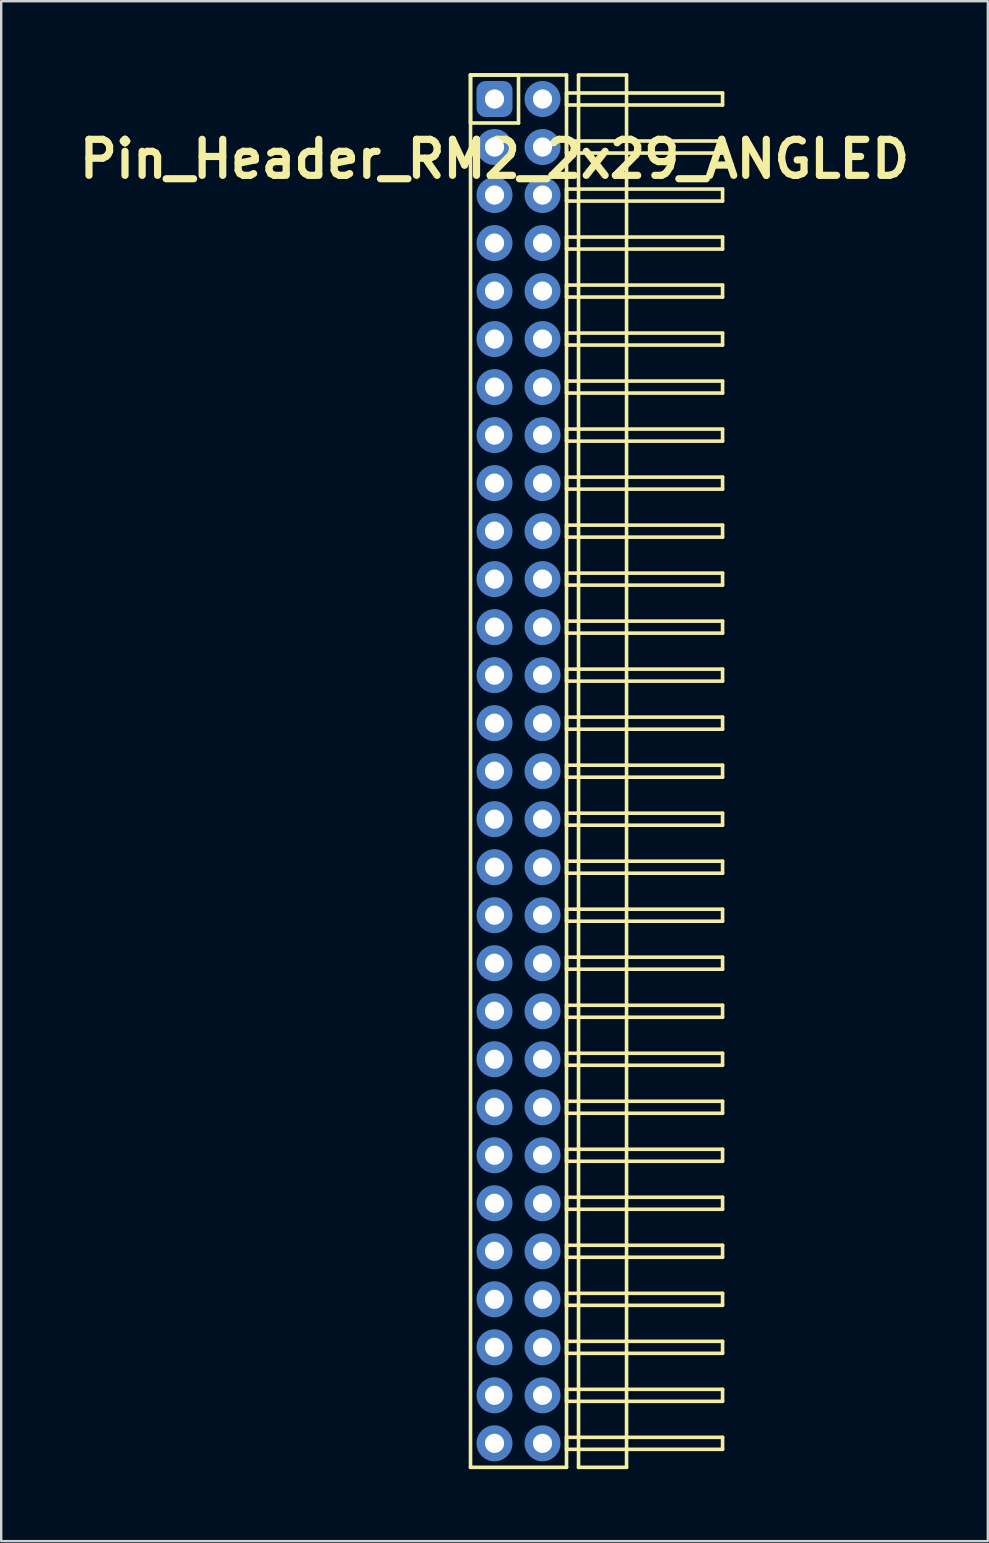
<source format=kicad_pcb>
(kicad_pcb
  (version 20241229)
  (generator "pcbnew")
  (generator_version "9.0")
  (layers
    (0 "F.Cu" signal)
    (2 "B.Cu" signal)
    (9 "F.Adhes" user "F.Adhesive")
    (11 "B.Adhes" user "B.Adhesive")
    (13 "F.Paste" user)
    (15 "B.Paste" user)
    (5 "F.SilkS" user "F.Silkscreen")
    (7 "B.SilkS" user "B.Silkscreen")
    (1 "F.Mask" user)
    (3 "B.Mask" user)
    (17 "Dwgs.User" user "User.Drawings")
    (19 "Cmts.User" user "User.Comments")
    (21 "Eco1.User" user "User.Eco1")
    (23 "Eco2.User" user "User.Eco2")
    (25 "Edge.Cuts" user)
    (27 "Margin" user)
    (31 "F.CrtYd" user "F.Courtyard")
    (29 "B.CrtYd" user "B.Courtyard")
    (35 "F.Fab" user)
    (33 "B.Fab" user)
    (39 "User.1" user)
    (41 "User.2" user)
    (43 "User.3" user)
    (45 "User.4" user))
  (footprint "Pin_Header_RM2_2x29_ANGLED"
    (layer "F.Cu")
    (at 17.55 1.075)
    (property "Reference" "Pin_Header_RM2_2x29_ANGLED" (at 0 2.5 0) (layer "F.SilkS") (effects (font (size 1.5 1.5) (thickness 0.3))))
    (attr through_hole)
    (fp_line (start -1 -1) (end 1 -1) (stroke (width 0.15) (type solid)) (layer "F.SilkS"))
    (fp_line (start -1 -1) (end 3 -1) (stroke (width 0.15) (type solid)) (layer "F.SilkS"))
    (fp_line (start -1 1) (end -1 -1) (stroke (width 0.15) (type solid)) (layer "F.SilkS"))
    (fp_line (start -1 57) (end -1 -1) (stroke (width 0.15) (type solid)) (layer "F.SilkS"))
    (fp_line (start 1 -1) (end 1 1) (stroke (width 0.15) (type solid)) (layer "F.SilkS"))
    (fp_line (start 1 1) (end -1 1) (stroke (width 0.15) (type solid)) (layer "F.SilkS"))
    (fp_line (start 3 -1) (end 3 57) (stroke (width 0.15) (type solid)) (layer "F.SilkS"))
    (fp_line (start 3 -0.25) (end 9.5 -0.25) (stroke (width 0.15) (type solid)) (layer "F.SilkS"))
    (fp_line (start 3 0.25) (end 3 -0.25) (stroke (width 0.15) (type solid)) (layer "F.SilkS"))
    (fp_line (start 3 1.75) (end 9.5 1.75) (stroke (width 0.15) (type solid)) (layer "F.SilkS"))
    (fp_line (start 3 2.25) (end 3 1.75) (stroke (width 0.15) (type solid)) (layer "F.SilkS"))
    (fp_line (start 3 3.75) (end 9.5 3.75) (stroke (width 0.15) (type solid)) (layer "F.SilkS"))
    (fp_line (start 3 4.25) (end 3 3.75) (stroke (width 0.15) (type solid)) (layer "F.SilkS"))
    (fp_line (start 3 5.75) (end 9.5 5.75) (stroke (width 0.15) (type solid)) (layer "F.SilkS"))
    (fp_line (start 3 6.25) (end 3 5.75) (stroke (width 0.15) (type solid)) (layer "F.SilkS"))
    (fp_line (start 3 7.75) (end 9.5 7.75) (stroke (width 0.15) (type solid)) (layer "F.SilkS"))
    (fp_line (start 3 8.25) (end 3 7.75) (stroke (width 0.15) (type solid)) (layer "F.SilkS"))
    (fp_line (start 3 9.75) (end 9.5 9.75) (stroke (width 0.15) (type solid)) (layer "F.SilkS"))
    (fp_line (start 3 10.25) (end 3 9.75) (stroke (width 0.15) (type solid)) (layer "F.SilkS"))
    (fp_line (start 3 11.75) (end 9.5 11.75) (stroke (width 0.15) (type solid)) (layer "F.SilkS"))
    (fp_line (start 3 12.25) (end 3 11.75) (stroke (width 0.15) (type solid)) (layer "F.SilkS"))
    (fp_line (start 3 13.75) (end 9.5 13.75) (stroke (width 0.15) (type solid)) (layer "F.SilkS"))
    (fp_line (start 3 14.25) (end 3 13.75) (stroke (width 0.15) (type solid)) (layer "F.SilkS"))
    (fp_line (start 3 15.75) (end 9.5 15.75) (stroke (width 0.15) (type solid)) (layer "F.SilkS"))
    (fp_line (start 3 16.25) (end 3 15.75) (stroke (width 0.15) (type solid)) (layer "F.SilkS"))
    (fp_line (start 3 17.75) (end 9.5 17.75) (stroke (width 0.15) (type solid)) (layer "F.SilkS"))
    (fp_line (start 3 18.25) (end 3 17.75) (stroke (width 0.15) (type solid)) (layer "F.SilkS"))
    (fp_line (start 3 19.75) (end 9.5 19.75) (stroke (width 0.15) (type solid)) (layer "F.SilkS"))
    (fp_line (start 3 20.25) (end 3 19.75) (stroke (width 0.15) (type solid)) (layer "F.SilkS"))
    (fp_line (start 3 21.75) (end 9.5 21.75) (stroke (width 0.15) (type solid)) (layer "F.SilkS"))
    (fp_line (start 3 22.25) (end 3 21.75) (stroke (width 0.15) (type solid)) (layer "F.SilkS"))
    (fp_line (start 3 23.75) (end 9.5 23.75) (stroke (width 0.15) (type solid)) (layer "F.SilkS"))
    (fp_line (start 3 24.25) (end 3 23.75) (stroke (width 0.15) (type solid)) (layer "F.SilkS"))
    (fp_line (start 3 25.75) (end 9.5 25.75) (stroke (width 0.15) (type solid)) (layer "F.SilkS"))
    (fp_line (start 3 26.25) (end 3 25.75) (stroke (width 0.15) (type solid)) (layer "F.SilkS"))
    (fp_line (start 3 27.75) (end 9.5 27.75) (stroke (width 0.15) (type solid)) (layer "F.SilkS"))
    (fp_line (start 3 28.25) (end 3 27.75) (stroke (width 0.15) (type solid)) (layer "F.SilkS"))
    (fp_line (start 3 29.75) (end 9.5 29.75) (stroke (width 0.15) (type solid)) (layer "F.SilkS"))
    (fp_line (start 3 30.25) (end 3 29.75) (stroke (width 0.15) (type solid)) (layer "F.SilkS"))
    (fp_line (start 3 31.75) (end 9.5 31.75) (stroke (width 0.15) (type solid)) (layer "F.SilkS"))
    (fp_line (start 3 32.25) (end 3 31.75) (stroke (width 0.15) (type solid)) (layer "F.SilkS"))
    (fp_line (start 3 33.75) (end 9.5 33.75) (stroke (width 0.15) (type solid)) (layer "F.SilkS"))
    (fp_line (start 3 34.25) (end 3 33.75) (stroke (width 0.15) (type solid)) (layer "F.SilkS"))
    (fp_line (start 3 35.75) (end 9.5 35.75) (stroke (width 0.15) (type solid)) (layer "F.SilkS"))
    (fp_line (start 3 36.25) (end 3 35.75) (stroke (width 0.15) (type solid)) (layer "F.SilkS"))
    (fp_line (start 3 37.75) (end 9.5 37.75) (stroke (width 0.15) (type solid)) (layer "F.SilkS"))
    (fp_line (start 3 38.25) (end 3 37.75) (stroke (width 0.15) (type solid)) (layer "F.SilkS"))
    (fp_line (start 3 39.75) (end 9.5 39.75) (stroke (width 0.15) (type solid)) (layer "F.SilkS"))
    (fp_line (start 3 40.25) (end 3 39.75) (stroke (width 0.15) (type solid)) (layer "F.SilkS"))
    (fp_line (start 3 41.75) (end 9.5 41.75) (stroke (width 0.15) (type solid)) (layer "F.SilkS"))
    (fp_line (start 3 42.25) (end 3 41.75) (stroke (width 0.15) (type solid)) (layer "F.SilkS"))
    (fp_line (start 3 43.75) (end 9.5 43.75) (stroke (width 0.15) (type solid)) (layer "F.SilkS"))
    (fp_line (start 3 44.25) (end 3 43.75) (stroke (width 0.15) (type solid)) (layer "F.SilkS"))
    (fp_line (start 3 45.75) (end 9.5 45.75) (stroke (width 0.15) (type solid)) (layer "F.SilkS"))
    (fp_line (start 3 46.25) (end 3 45.75) (stroke (width 0.15) (type solid)) (layer "F.SilkS"))
    (fp_line (start 3 47.75) (end 9.5 47.75) (stroke (width 0.15) (type solid)) (layer "F.SilkS"))
    (fp_line (start 3 48.25) (end 3 47.75) (stroke (width 0.15) (type solid)) (layer "F.SilkS"))
    (fp_line (start 3 49.75) (end 9.5 49.75) (stroke (width 0.15) (type solid)) (layer "F.SilkS"))
    (fp_line (start 3 50.25) (end 3 49.75) (stroke (width 0.15) (type solid)) (layer "F.SilkS"))
    (fp_line (start 3 51.75) (end 9.5 51.75) (stroke (width 0.15) (type solid)) (layer "F.SilkS"))
    (fp_line (start 3 52.25) (end 3 51.75) (stroke (width 0.15) (type solid)) (layer "F.SilkS"))
    (fp_line (start 3 53.75) (end 9.5 53.75) (stroke (width 0.15) (type solid)) (layer "F.SilkS"))
    (fp_line (start 3 54.25) (end 3 53.75) (stroke (width 0.15) (type solid)) (layer "F.SilkS"))
    (fp_line (start 3 55.75) (end 9.5 55.75) (stroke (width 0.15) (type solid)) (layer "F.SilkS"))
    (fp_line (start 3 56.25) (end 3 55.75) (stroke (width 0.15) (type solid)) (layer "F.SilkS"))
    (fp_line (start 3 57) (end -1 57) (stroke (width 0.15) (type solid)) (layer "F.SilkS"))
    (fp_line (start 3.5 -1) (end 5.5 -1) (stroke (width 0.15) (type solid)) (layer "F.SilkS"))
    (fp_line (start 3.5 57) (end 3.5 -1) (stroke (width 0.15) (type solid)) (layer "F.SilkS"))
    (fp_line (start 5.5 -1) (end 5.5 57) (stroke (width 0.15) (type solid)) (layer "F.SilkS"))
    (fp_line (start 5.5 57) (end 3.5 57) (stroke (width 0.15) (type solid)) (layer "F.SilkS"))
    (fp_line (start 9.5 -0.25) (end 9.5 0.25) (stroke (width 0.15) (type solid)) (layer "F.SilkS"))
    (fp_line (start 9.5 0.25) (end 3 0.25) (stroke (width 0.15) (type solid)) (layer "F.SilkS"))
    (fp_line (start 9.5 1.75) (end 9.5 2.25) (stroke (width 0.15) (type solid)) (layer "F.SilkS"))
    (fp_line (start 9.5 2.25) (end 3 2.25) (stroke (width 0.15) (type solid)) (layer "F.SilkS"))
    (fp_line (start 9.5 3.75) (end 9.5 4.25) (stroke (width 0.15) (type solid)) (layer "F.SilkS"))
    (fp_line (start 9.5 4.25) (end 3 4.25) (stroke (width 0.15) (type solid)) (layer "F.SilkS"))
    (fp_line (start 9.5 5.75) (end 9.5 6.25) (stroke (width 0.15) (type solid)) (layer "F.SilkS"))
    (fp_line (start 9.5 6.25) (end 3 6.25) (stroke (width 0.15) (type solid)) (layer "F.SilkS"))
    (fp_line (start 9.5 7.75) (end 9.5 8.25) (stroke (width 0.15) (type solid)) (layer "F.SilkS"))
    (fp_line (start 9.5 8.25) (end 3 8.25) (stroke (width 0.15) (type solid)) (layer "F.SilkS"))
    (fp_line (start 9.5 9.75) (end 9.5 10.25) (stroke (width 0.15) (type solid)) (layer "F.SilkS"))
    (fp_line (start 9.5 10.25) (end 3 10.25) (stroke (width 0.15) (type solid)) (layer "F.SilkS"))
    (fp_line (start 9.5 11.75) (end 9.5 12.25) (stroke (width 0.15) (type solid)) (layer "F.SilkS"))
    (fp_line (start 9.5 12.25) (end 3 12.25) (stroke (width 0.15) (type solid)) (layer "F.SilkS"))
    (fp_line (start 9.5 13.75) (end 9.5 14.25) (stroke (width 0.15) (type solid)) (layer "F.SilkS"))
    (fp_line (start 9.5 14.25) (end 3 14.25) (stroke (width 0.15) (type solid)) (layer "F.SilkS"))
    (fp_line (start 9.5 15.75) (end 9.5 16.25) (stroke (width 0.15) (type solid)) (layer "F.SilkS"))
    (fp_line (start 9.5 16.25) (end 3 16.25) (stroke (width 0.15) (type solid)) (layer "F.SilkS"))
    (fp_line (start 9.5 17.75) (end 9.5 18.25) (stroke (width 0.15) (type solid)) (layer "F.SilkS"))
    (fp_line (start 9.5 18.25) (end 3 18.25) (stroke (width 0.15) (type solid)) (layer "F.SilkS"))
    (fp_line (start 9.5 19.75) (end 9.5 20.25) (stroke (width 0.15) (type solid)) (layer "F.SilkS"))
    (fp_line (start 9.5 20.25) (end 3 20.25) (stroke (width 0.15) (type solid)) (layer "F.SilkS"))
    (fp_line (start 9.5 21.75) (end 9.5 22.25) (stroke (width 0.15) (type solid)) (layer "F.SilkS"))
    (fp_line (start 9.5 22.25) (end 3 22.25) (stroke (width 0.15) (type solid)) (layer "F.SilkS"))
    (fp_line (start 9.5 23.75) (end 9.5 24.25) (stroke (width 0.15) (type solid)) (layer "F.SilkS"))
    (fp_line (start 9.5 24.25) (end 3 24.25) (stroke (width 0.15) (type solid)) (layer "F.SilkS"))
    (fp_line (start 9.5 25.75) (end 9.5 26.25) (stroke (width 0.15) (type solid)) (layer "F.SilkS"))
    (fp_line (start 9.5 26.25) (end 3 26.25) (stroke (width 0.15) (type solid)) (layer "F.SilkS"))
    (fp_line (start 9.5 27.75) (end 9.5 28.25) (stroke (width 0.15) (type solid)) (layer "F.SilkS"))
    (fp_line (start 9.5 28.25) (end 3 28.25) (stroke (width 0.15) (type solid)) (layer "F.SilkS"))
    (fp_line (start 9.5 29.75) (end 9.5 30.25) (stroke (width 0.15) (type solid)) (layer "F.SilkS"))
    (fp_line (start 9.5 30.25) (end 3 30.25) (stroke (width 0.15) (type solid)) (layer "F.SilkS"))
    (fp_line (start 9.5 31.75) (end 9.5 32.25) (stroke (width 0.15) (type solid)) (layer "F.SilkS"))
    (fp_line (start 9.5 32.25) (end 3 32.25) (stroke (width 0.15) (type solid)) (layer "F.SilkS"))
    (fp_line (start 9.5 33.75) (end 9.5 34.25) (stroke (width 0.15) (type solid)) (layer "F.SilkS"))
    (fp_line (start 9.5 34.25) (end 3 34.25) (stroke (width 0.15) (type solid)) (layer "F.SilkS"))
    (fp_line (start 9.5 35.75) (end 9.5 36.25) (stroke (width 0.15) (type solid)) (layer "F.SilkS"))
    (fp_line (start 9.5 36.25) (end 3 36.25) (stroke (width 0.15) (type solid)) (layer "F.SilkS"))
    (fp_line (start 9.5 37.75) (end 9.5 38.25) (stroke (width 0.15) (type solid)) (layer "F.SilkS"))
    (fp_line (start 9.5 38.25) (end 3 38.25) (stroke (width 0.15) (type solid)) (layer "F.SilkS"))
    (fp_line (start 9.5 39.75) (end 9.5 40.25) (stroke (width 0.15) (type solid)) (layer "F.SilkS"))
    (fp_line (start 9.5 40.25) (end 3 40.25) (stroke (width 0.15) (type solid)) (layer "F.SilkS"))
    (fp_line (start 9.5 41.75) (end 9.5 42.25) (stroke (width 0.15) (type solid)) (layer "F.SilkS"))
    (fp_line (start 9.5 42.25) (end 3 42.25) (stroke (width 0.15) (type solid)) (layer "F.SilkS"))
    (fp_line (start 9.5 43.75) (end 9.5 44.25) (stroke (width 0.15) (type solid)) (layer "F.SilkS"))
    (fp_line (start 9.5 44.25) (end 3 44.25) (stroke (width 0.15) (type solid)) (layer "F.SilkS"))
    (fp_line (start 9.5 45.75) (end 9.5 46.25) (stroke (width 0.15) (type solid)) (layer "F.SilkS"))
    (fp_line (start 9.5 46.25) (end 3 46.25) (stroke (width 0.15) (type solid)) (layer "F.SilkS"))
    (fp_line (start 9.5 47.75) (end 9.5 48.25) (stroke (width 0.15) (type solid)) (layer "F.SilkS"))
    (fp_line (start 9.5 48.25) (end 3 48.25) (stroke (width 0.15) (type solid)) (layer "F.SilkS"))
    (fp_line (start 9.5 49.75) (end 9.5 50.25) (stroke (width 0.15) (type solid)) (layer "F.SilkS"))
    (fp_line (start 9.5 50.25) (end 3 50.25) (stroke (width 0.15) (type solid)) (layer "F.SilkS"))
    (fp_line (start 9.5 51.75) (end 9.5 52.25) (stroke (width 0.15) (type solid)) (layer "F.SilkS"))
    (fp_line (start 9.5 52.25) (end 3 52.25) (stroke (width 0.15) (type solid)) (layer "F.SilkS"))
    (fp_line (start 9.5 53.75) (end 9.5 54.25) (stroke (width 0.15) (type solid)) (layer "F.SilkS"))
    (fp_line (start 9.5 54.25) (end 3 54.25) (stroke (width 0.15) (type solid)) (layer "F.SilkS"))
    (fp_line (start 9.5 55.75) (end 9.5 56.25) (stroke (width 0.15) (type solid)) (layer "F.SilkS"))
    (fp_line (start 9.5 56.25) (end 3 56.25) (stroke (width 0.15) (type solid)) (layer "F.SilkS"))
    (pad "1" thru_hole circle (at 0 0) (size 1.1 1.1) (drill 0.8) (layers "*.Cu" "*.Mask"))
    (pad "1" smd roundrect (at 0 0) (size 1.25 1.25) (layers "F.Cu" "F.Mask") (roundrect_rratio 0.25))
    (pad "1" smd roundrect (at 0 0) (size 1.5 1.5) (layers "B.Cu" "B.Mask") (roundrect_rratio 0.25))
    (pad "2" thru_hole circle (at 2 0) (size 1.1 1.1) (drill 0.8) (layers "*.Cu" "*.Mask"))
    (pad "2" smd circle (at 2 0) (size 1.25 1.25) (layers "F.Cu" "F.Mask"))
    (pad "2" smd circle (at 2 0) (size 1.5 1.5) (layers "B.Cu" "B.Mask"))
    (pad "3" thru_hole circle (at 0 2) (size 1.1 1.1) (drill 0.8) (layers "*.Cu" "*.Mask"))
    (pad "3" smd circle (at 0 2) (size 1.25 1.25) (layers "F.Cu" "F.Mask"))
    (pad "3" smd circle (at 0 2) (size 1.5 1.5) (layers "B.Cu" "B.Mask"))
    (pad "4" thru_hole circle (at 2 2) (size 1.1 1.1) (drill 0.8) (layers "*.Cu" "*.Mask"))
    (pad "4" smd circle (at 2 2) (size 1.25 1.25) (layers "F.Cu" "F.Mask"))
    (pad "4" smd circle (at 2 2) (size 1.5 1.5) (layers "B.Cu" "B.Mask"))
    (pad "5" thru_hole circle (at 0 4) (size 1.1 1.1) (drill 0.8) (layers "*.Cu" "*.Mask"))
    (pad "5" smd circle (at 0 4) (size 1.25 1.25) (layers "F.Cu" "F.Mask"))
    (pad "5" smd circle (at 0 4) (size 1.5 1.5) (layers "B.Cu" "B.Mask"))
    (pad "6" thru_hole circle (at 2 4) (size 1.1 1.1) (drill 0.8) (layers "*.Cu" "*.Mask"))
    (pad "6" smd circle (at 2 4) (size 1.25 1.25) (layers "F.Cu" "F.Mask"))
    (pad "6" smd circle (at 2 4) (size 1.5 1.5) (layers "B.Cu" "B.Mask"))
    (pad "7" thru_hole circle (at 0 6) (size 1.1 1.1) (drill 0.8) (layers "*.Cu" "*.Mask"))
    (pad "7" smd circle (at 0 6) (size 1.25 1.25) (layers "F.Cu" "F.Mask"))
    (pad "7" smd circle (at 0 6) (size 1.5 1.5) (layers "B.Cu" "B.Mask"))
    (pad "8" thru_hole circle (at 2 6) (size 1.1 1.1) (drill 0.8) (layers "*.Cu" "*.Mask"))
    (pad "8" smd circle (at 2 6) (size 1.25 1.25) (layers "F.Cu" "F.Mask"))
    (pad "8" smd circle (at 2 6) (size 1.5 1.5) (layers "B.Cu" "B.Mask"))
    (pad "9" thru_hole circle (at 0 8) (size 1.1 1.1) (drill 0.8) (layers "*.Cu" "*.Mask"))
    (pad "9" smd circle (at 0 8) (size 1.25 1.25) (layers "F.Cu" "F.Mask"))
    (pad "9" smd circle (at 0 8) (size 1.5 1.5) (layers "B.Cu" "B.Mask"))
    (pad "10" thru_hole circle (at 2 8) (size 1.1 1.1) (drill 0.8) (layers "*.Cu" "*.Mask"))
    (pad "10" smd circle (at 2 8) (size 1.25 1.25) (layers "F.Cu" "F.Mask"))
    (pad "10" smd circle (at 2 8) (size 1.5 1.5) (layers "B.Cu" "B.Mask"))
    (pad "11" thru_hole circle (at 0 10) (size 1.1 1.1) (drill 0.8) (layers "*.Cu" "*.Mask"))
    (pad "11" smd circle (at 0 10) (size 1.25 1.25) (layers "F.Cu" "F.Mask"))
    (pad "11" smd circle (at 0 10) (size 1.5 1.5) (layers "B.Cu" "B.Mask"))
    (pad "12" thru_hole circle (at 2 10) (size 1.1 1.1) (drill 0.8) (layers "*.Cu" "*.Mask"))
    (pad "12" smd circle (at 2 10) (size 1.25 1.25) (layers "F.Cu" "F.Mask"))
    (pad "12" smd circle (at 2 10) (size 1.5 1.5) (layers "B.Cu" "B.Mask"))
    (pad "13" thru_hole circle (at 0 12) (size 1.1 1.1) (drill 0.8) (layers "*.Cu" "*.Mask"))
    (pad "13" smd circle (at 0 12) (size 1.25 1.25) (layers "F.Cu" "F.Mask"))
    (pad "13" smd circle (at 0 12) (size 1.5 1.5) (layers "B.Cu" "B.Mask"))
    (pad "14" thru_hole circle (at 2 12) (size 1.1 1.1) (drill 0.8) (layers "*.Cu" "*.Mask"))
    (pad "14" smd circle (at 2 12) (size 1.25 1.25) (layers "F.Cu" "F.Mask"))
    (pad "14" smd circle (at 2 12) (size 1.5 1.5) (layers "B.Cu" "B.Mask"))
    (pad "15" thru_hole circle (at 0 14) (size 1.1 1.1) (drill 0.8) (layers "*.Cu" "*.Mask"))
    (pad "15" smd circle (at 0 14) (size 1.25 1.25) (layers "F.Cu" "F.Mask"))
    (pad "15" smd circle (at 0 14) (size 1.5 1.5) (layers "B.Cu" "B.Mask"))
    (pad "16" thru_hole circle (at 2 14) (size 1.1 1.1) (drill 0.8) (layers "*.Cu" "*.Mask"))
    (pad "16" smd circle (at 2 14) (size 1.25 1.25) (layers "F.Cu" "F.Mask"))
    (pad "16" smd circle (at 2 14) (size 1.5 1.5) (layers "B.Cu" "B.Mask"))
    (pad "17" thru_hole circle (at 0 16) (size 1.1 1.1) (drill 0.8) (layers "*.Cu" "*.Mask"))
    (pad "17" smd circle (at 0 16) (size 1.25 1.25) (layers "F.Cu" "F.Mask"))
    (pad "17" smd circle (at 0 16) (size 1.5 1.5) (layers "B.Cu" "B.Mask"))
    (pad "18" thru_hole circle (at 2 16) (size 1.1 1.1) (drill 0.8) (layers "*.Cu" "*.Mask"))
    (pad "18" smd circle (at 2 16) (size 1.25 1.25) (layers "F.Cu" "F.Mask"))
    (pad "18" smd circle (at 2 16) (size 1.5 1.5) (layers "B.Cu" "B.Mask"))
    (pad "19" thru_hole circle (at 0 18) (size 1.1 1.1) (drill 0.8) (layers "*.Cu" "*.Mask"))
    (pad "19" smd circle (at 0 18) (size 1.25 1.25) (layers "F.Cu" "F.Mask"))
    (pad "19" smd circle (at 0 18) (size 1.5 1.5) (layers "B.Cu" "B.Mask"))
    (pad "20" thru_hole circle (at 2 18) (size 1.1 1.1) (drill 0.8) (layers "*.Cu" "*.Mask"))
    (pad "20" smd circle (at 2 18) (size 1.25 1.25) (layers "F.Cu" "F.Mask"))
    (pad "20" smd circle (at 2 18) (size 1.5 1.5) (layers "B.Cu" "B.Mask"))
    (pad "21" thru_hole circle (at 0 20) (size 1.1 1.1) (drill 0.8) (layers "*.Cu" "*.Mask"))
    (pad "21" smd circle (at 0 20) (size 1.25 1.25) (layers "F.Cu" "F.Mask"))
    (pad "21" smd circle (at 0 20) (size 1.5 1.5) (layers "B.Cu" "B.Mask"))
    (pad "22" thru_hole circle (at 2 20) (size 1.1 1.1) (drill 0.8) (layers "*.Cu" "*.Mask"))
    (pad "22" smd circle (at 2 20) (size 1.25 1.25) (layers "F.Cu" "F.Mask"))
    (pad "22" smd circle (at 2 20) (size 1.5 1.5) (layers "B.Cu" "B.Mask"))
    (pad "23" thru_hole circle (at 0 22) (size 1.1 1.1) (drill 0.8) (layers "*.Cu" "*.Mask"))
    (pad "23" smd circle (at 0 22) (size 1.25 1.25) (layers "F.Cu" "F.Mask"))
    (pad "23" smd circle (at 0 22) (size 1.5 1.5) (layers "B.Cu" "B.Mask"))
    (pad "24" thru_hole circle (at 2 22) (size 1.1 1.1) (drill 0.8) (layers "*.Cu" "*.Mask"))
    (pad "24" smd circle (at 2 22) (size 1.25 1.25) (layers "F.Cu" "F.Mask"))
    (pad "24" smd circle (at 2 22) (size 1.5 1.5) (layers "B.Cu" "B.Mask"))
    (pad "25" thru_hole circle (at 0 24) (size 1.1 1.1) (drill 0.8) (layers "*.Cu" "*.Mask"))
    (pad "25" smd circle (at 0 24) (size 1.25 1.25) (layers "F.Cu" "F.Mask"))
    (pad "25" smd circle (at 0 24) (size 1.5 1.5) (layers "B.Cu" "B.Mask"))
    (pad "26" thru_hole circle (at 2 24) (size 1.1 1.1) (drill 0.8) (layers "*.Cu" "*.Mask"))
    (pad "26" smd circle (at 2 24) (size 1.25 1.25) (layers "F.Cu" "F.Mask"))
    (pad "26" smd circle (at 2 24) (size 1.5 1.5) (layers "B.Cu" "B.Mask"))
    (pad "27" thru_hole circle (at 0 26) (size 1.1 1.1) (drill 0.8) (layers "*.Cu" "*.Mask"))
    (pad "27" smd circle (at 0 26) (size 1.25 1.25) (layers "F.Cu" "F.Mask"))
    (pad "27" smd circle (at 0 26) (size 1.5 1.5) (layers "B.Cu" "B.Mask"))
    (pad "28" thru_hole circle (at 2 26) (size 1.1 1.1) (drill 0.8) (layers "*.Cu" "*.Mask"))
    (pad "28" smd circle (at 2 26) (size 1.25 1.25) (layers "F.Cu" "F.Mask"))
    (pad "28" smd circle (at 2 26) (size 1.5 1.5) (layers "B.Cu" "B.Mask"))
    (pad "29" thru_hole circle (at 0 28) (size 1.1 1.1) (drill 0.8) (layers "*.Cu" "*.Mask"))
    (pad "29" smd circle (at 0 28) (size 1.25 1.25) (layers "F.Cu" "F.Mask"))
    (pad "29" smd circle (at 0 28) (size 1.5 1.5) (layers "B.Cu" "B.Mask"))
    (pad "30" thru_hole circle (at 2 28) (size 1.1 1.1) (drill 0.8) (layers "*.Cu" "*.Mask"))
    (pad "30" smd circle (at 2 28) (size 1.25 1.25) (layers "F.Cu" "F.Mask"))
    (pad "30" smd circle (at 2 28) (size 1.5 1.5) (layers "B.Cu" "B.Mask"))
    (pad "31" thru_hole circle (at 0 30) (size 1.1 1.1) (drill 0.8) (layers "*.Cu" "*.Mask"))
    (pad "31" smd circle (at 0 30) (size 1.25 1.25) (layers "F.Cu" "F.Mask"))
    (pad "31" smd circle (at 0 30) (size 1.5 1.5) (layers "B.Cu" "B.Mask"))
    (pad "32" thru_hole circle (at 2 30) (size 1.1 1.1) (drill 0.8) (layers "*.Cu" "*.Mask"))
    (pad "32" smd circle (at 2 30) (size 1.25 1.25) (layers "F.Cu" "F.Mask"))
    (pad "32" smd circle (at 2 30) (size 1.5 1.5) (layers "B.Cu" "B.Mask"))
    (pad "33" thru_hole circle (at 0 32) (size 1.1 1.1) (drill 0.8) (layers "*.Cu" "*.Mask"))
    (pad "33" smd circle (at 0 32) (size 1.25 1.25) (layers "F.Cu" "F.Mask"))
    (pad "33" smd circle (at 0 32) (size 1.5 1.5) (layers "B.Cu" "B.Mask"))
    (pad "34" thru_hole circle (at 2 32) (size 1.1 1.1) (drill 0.8) (layers "*.Cu" "*.Mask"))
    (pad "34" smd circle (at 2 32) (size 1.25 1.25) (layers "F.Cu" "F.Mask"))
    (pad "34" smd circle (at 2 32) (size 1.5 1.5) (layers "B.Cu" "B.Mask"))
    (pad "35" thru_hole circle (at 0 34) (size 1.1 1.1) (drill 0.8) (layers "*.Cu" "*.Mask"))
    (pad "35" smd circle (at 0 34) (size 1.25 1.25) (layers "F.Cu" "F.Mask"))
    (pad "35" smd circle (at 0 34) (size 1.5 1.5) (layers "B.Cu" "B.Mask"))
    (pad "36" thru_hole circle (at 2 34) (size 1.1 1.1) (drill 0.8) (layers "*.Cu" "*.Mask"))
    (pad "36" smd circle (at 2 34) (size 1.25 1.25) (layers "F.Cu" "F.Mask"))
    (pad "36" smd circle (at 2 34) (size 1.5 1.5) (layers "B.Cu" "B.Mask"))
    (pad "37" thru_hole circle (at 0 36) (size 1.1 1.1) (drill 0.8) (layers "*.Cu" "*.Mask"))
    (pad "37" smd circle (at 0 36) (size 1.25 1.25) (layers "F.Cu" "F.Mask"))
    (pad "37" smd circle (at 0 36) (size 1.5 1.5) (layers "B.Cu" "B.Mask"))
    (pad "38" thru_hole circle (at 2 36) (size 1.1 1.1) (drill 0.8) (layers "*.Cu" "*.Mask"))
    (pad "38" smd circle (at 2 36) (size 1.25 1.25) (layers "F.Cu" "F.Mask"))
    (pad "38" smd circle (at 2 36) (size 1.5 1.5) (layers "B.Cu" "B.Mask"))
    (pad "39" thru_hole circle (at 0 38) (size 1.1 1.1) (drill 0.8) (layers "*.Cu" "*.Mask"))
    (pad "39" smd circle (at 0 38) (size 1.25 1.25) (layers "F.Cu" "F.Mask"))
    (pad "39" smd circle (at 0 38) (size 1.5 1.5) (layers "B.Cu" "B.Mask"))
    (pad "40" thru_hole circle (at 2 38) (size 1.1 1.1) (drill 0.8) (layers "*.Cu" "*.Mask"))
    (pad "40" smd circle (at 2 38) (size 1.25 1.25) (layers "F.Cu" "F.Mask"))
    (pad "40" smd circle (at 2 38) (size 1.5 1.5) (layers "B.Cu" "B.Mask"))
    (pad "41" thru_hole circle (at 0 40) (size 1.1 1.1) (drill 0.8) (layers "*.Cu" "*.Mask"))
    (pad "41" smd circle (at 0 40) (size 1.25 1.25) (layers "F.Cu" "F.Mask"))
    (pad "41" smd circle (at 0 40) (size 1.5 1.5) (layers "B.Cu" "B.Mask"))
    (pad "42" thru_hole circle (at 2 40) (size 1.1 1.1) (drill 0.8) (layers "*.Cu" "*.Mask"))
    (pad "42" smd circle (at 2 40) (size 1.25 1.25) (layers "F.Cu" "F.Mask"))
    (pad "42" smd circle (at 2 40) (size 1.5 1.5) (layers "B.Cu" "B.Mask"))
    (pad "43" thru_hole circle (at 0 42) (size 1.1 1.1) (drill 0.8) (layers "*.Cu" "*.Mask"))
    (pad "43" smd circle (at 0 42) (size 1.25 1.25) (layers "F.Cu" "F.Mask"))
    (pad "43" smd circle (at 0 42) (size 1.5 1.5) (layers "B.Cu" "B.Mask"))
    (pad "44" thru_hole circle (at 2 42) (size 1.1 1.1) (drill 0.8) (layers "*.Cu" "*.Mask"))
    (pad "44" smd circle (at 2 42) (size 1.25 1.25) (layers "F.Cu" "F.Mask"))
    (pad "44" smd circle (at 2 42) (size 1.5 1.5) (layers "B.Cu" "B.Mask"))
    (pad "45" thru_hole circle (at 0 44) (size 1.1 1.1) (drill 0.8) (layers "*.Cu" "*.Mask"))
    (pad "45" smd circle (at 0 44) (size 1.25 1.25) (layers "F.Cu" "F.Mask"))
    (pad "45" smd circle (at 0 44) (size 1.5 1.5) (layers "B.Cu" "B.Mask"))
    (pad "46" thru_hole circle (at 2 44) (size 1.1 1.1) (drill 0.8) (layers "*.Cu" "*.Mask"))
    (pad "46" smd circle (at 2 44) (size 1.25 1.25) (layers "F.Cu" "F.Mask"))
    (pad "46" smd circle (at 2 44) (size 1.5 1.5) (layers "B.Cu" "B.Mask"))
    (pad "47" thru_hole circle (at 0 46) (size 1.1 1.1) (drill 0.8) (layers "*.Cu" "*.Mask"))
    (pad "47" smd circle (at 0 46) (size 1.25 1.25) (layers "F.Cu" "F.Mask"))
    (pad "47" smd circle (at 0 46) (size 1.5 1.5) (layers "B.Cu" "B.Mask"))
    (pad "48" thru_hole circle (at 2 46) (size 1.1 1.1) (drill 0.8) (layers "*.Cu" "*.Mask"))
    (pad "48" smd circle (at 2 46) (size 1.25 1.25) (layers "F.Cu" "F.Mask"))
    (pad "48" smd circle (at 2 46) (size 1.5 1.5) (layers "B.Cu" "B.Mask"))
    (pad "49" thru_hole circle (at 0 48) (size 1.1 1.1) (drill 0.8) (layers "*.Cu" "*.Mask"))
    (pad "49" smd circle (at 0 48) (size 1.25 1.25) (layers "F.Cu" "F.Mask"))
    (pad "49" smd circle (at 0 48) (size 1.5 1.5) (layers "B.Cu" "B.Mask"))
    (pad "50" thru_hole circle (at 2 48) (size 1.1 1.1) (drill 0.8) (layers "*.Cu" "*.Mask"))
    (pad "50" smd circle (at 2 48) (size 1.25 1.25) (layers "F.Cu" "F.Mask"))
    (pad "50" smd circle (at 2 48) (size 1.5 1.5) (layers "B.Cu" "B.Mask"))
    (pad "51" thru_hole circle (at 0 50) (size 1.1 1.1) (drill 0.8) (layers "*.Cu" "*.Mask"))
    (pad "51" smd circle (at 0 50) (size 1.25 1.25) (layers "F.Cu" "F.Mask"))
    (pad "51" smd circle (at 0 50) (size 1.5 1.5) (layers "B.Cu" "B.Mask"))
    (pad "52" thru_hole circle (at 2 50) (size 1.1 1.1) (drill 0.8) (layers "*.Cu" "*.Mask"))
    (pad "52" smd circle (at 2 50) (size 1.25 1.25) (layers "F.Cu" "F.Mask"))
    (pad "52" smd circle (at 2 50) (size 1.5 1.5) (layers "B.Cu" "B.Mask"))
    (pad "53" thru_hole circle (at 0 52) (size 1.1 1.1) (drill 0.8) (layers "*.Cu" "*.Mask"))
    (pad "53" smd circle (at 0 52) (size 1.25 1.25) (layers "F.Cu" "F.Mask"))
    (pad "53" smd circle (at 0 52) (size 1.5 1.5) (layers "B.Cu" "B.Mask"))
    (pad "54" thru_hole circle (at 2 52) (size 1.1 1.1) (drill 0.8) (layers "*.Cu" "*.Mask"))
    (pad "54" smd circle (at 2 52) (size 1.25 1.25) (layers "F.Cu" "F.Mask"))
    (pad "54" smd circle (at 2 52) (size 1.5 1.5) (layers "B.Cu" "B.Mask"))
    (pad "55" thru_hole circle (at 0 54) (size 1.1 1.1) (drill 0.8) (layers "*.Cu" "*.Mask"))
    (pad "55" smd circle (at 0 54) (size 1.25 1.25) (layers "F.Cu" "F.Mask"))
    (pad "55" smd circle (at 0 54) (size 1.5 1.5) (layers "B.Cu" "B.Mask"))
    (pad "56" thru_hole circle (at 2 54) (size 1.1 1.1) (drill 0.8) (layers "*.Cu" "*.Mask"))
    (pad "56" smd circle (at 2 54) (size 1.25 1.25) (layers "F.Cu" "F.Mask"))
    (pad "56" smd circle (at 2 54) (size 1.5 1.5) (layers "B.Cu" "B.Mask"))
    (pad "57" thru_hole circle (at 0 56) (size 1.1 1.1) (drill 0.8) (layers "*.Cu" "*.Mask"))
    (pad "57" smd circle (at 0 56) (size 1.25 1.25) (layers "F.Cu" "F.Mask"))
    (pad "57" smd circle (at 0 56) (size 1.5 1.5) (layers "B.Cu" "B.Mask"))
    (pad "58" thru_hole circle (at 2 56) (size 1.1 1.1) (drill 0.8) (layers "*.Cu" "*.Mask"))
    (pad "58" smd circle (at 2 56) (size 1.25 1.25) (layers "F.Cu" "F.Mask"))
    (pad "58" smd circle (at 2 56) (size 1.5 1.5) (layers "B.Cu" "B.Mask")))
  (gr_rect
    (start -3 -3)
    (end 38.1 61.15)
    (stroke (width 0.1) (type default))
    (fill no)
    (layer "Edge.Cuts")))
</source>
